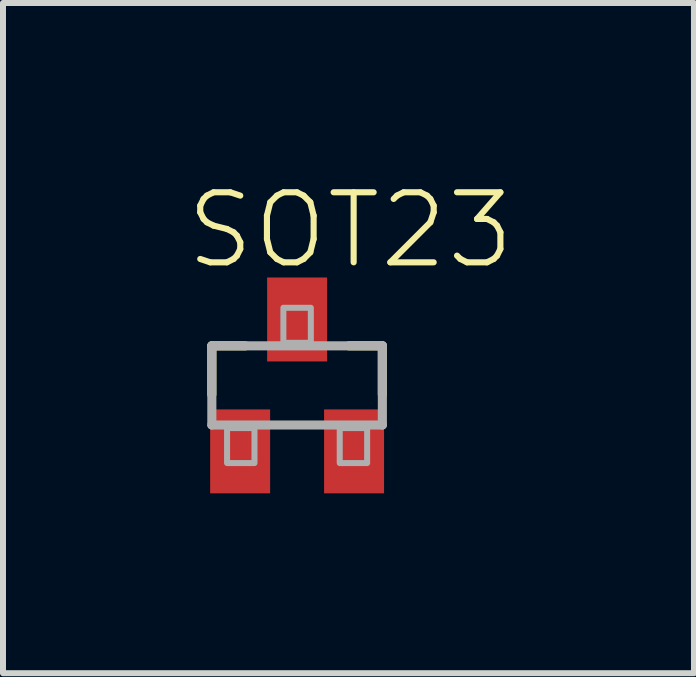
<source format=kicad_pcb>
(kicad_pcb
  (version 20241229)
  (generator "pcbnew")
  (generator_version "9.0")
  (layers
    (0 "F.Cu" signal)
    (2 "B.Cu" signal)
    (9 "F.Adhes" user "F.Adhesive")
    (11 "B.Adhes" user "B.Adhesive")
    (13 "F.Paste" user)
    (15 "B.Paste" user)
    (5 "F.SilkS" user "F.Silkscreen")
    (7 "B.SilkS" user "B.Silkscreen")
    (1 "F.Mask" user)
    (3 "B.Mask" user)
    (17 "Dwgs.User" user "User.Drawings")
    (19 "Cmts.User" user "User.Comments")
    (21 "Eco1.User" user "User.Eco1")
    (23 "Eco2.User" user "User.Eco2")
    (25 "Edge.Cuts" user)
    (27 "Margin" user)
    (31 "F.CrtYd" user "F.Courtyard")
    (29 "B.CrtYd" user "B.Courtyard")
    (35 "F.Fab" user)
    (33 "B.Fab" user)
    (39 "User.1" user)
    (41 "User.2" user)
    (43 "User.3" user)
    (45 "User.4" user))
  (footprint "SOT23"
    (layer "F.Cu")
    (at 1.905 3.378)
    (property "Reference" "SOT23" (at -1.905 -1.905 0) (layer "F.SilkS") (effects (font (size 1.168 1.168) (thickness 0.102)) (justify left bottom)))
    (fp_line (start -1.422 -0.66) (end -0.864 -0.66) (stroke (width 0.152) (type solid)) (layer "F.SilkS"))
    (fp_line (start -1.422 0.152) (end -1.422 -0.66) (stroke (width 0.152) (type solid)) (layer "F.SilkS"))
    (fp_line (start 0.864 -0.66) (end 1.422 -0.66) (stroke (width 0.152) (type solid)) (layer "F.SilkS"))
    (fp_line (start 1.422 -0.66) (end 1.422 0.152) (stroke (width 0.152) (type solid)) (layer "F.SilkS"))
    (fp_line (start -1.422 -0.66) (end 1.422 -0.66) (stroke (width 0.152) (type solid)) (layer "F.Fab"))
    (fp_line (start -1.422 0.66) (end -1.422 -0.66) (stroke (width 0.152) (type solid)) (layer "F.Fab"))
    (fp_line (start 1.422 -0.66) (end 1.422 0.66) (stroke (width 0.152) (type solid)) (layer "F.Fab"))
    (fp_line (start 1.422 0.66) (end -1.422 0.66) (stroke (width 0.152) (type solid)) (layer "F.Fab"))
    (fp_poly (pts (xy -1.168 1.295) (xy -0.711 1.295) (xy -0.711 0.711) (xy -1.168 0.711)) (stroke (width 0.1) (type solid)) (fill no) (layer "F.Fab"))
    (fp_poly (pts (xy -0.229 -0.711) (xy 0.229 -0.711) (xy 0.229 -1.295) (xy -0.229 -1.295)) (stroke (width 0.1) (type solid)) (fill no) (layer "F.Fab"))
    (fp_poly (pts (xy 0.711 1.295) (xy 1.168 1.295) (xy 1.168 0.711) (xy 0.711 0.711)) (stroke (width 0.1) (type solid)) (fill no) (layer "F.Fab"))
    (pad "1" smd rect (at -0.95 1.1) (size 1 1.4) (layers "F.Cu" "F.Mask" "F.Paste"))
    (pad "2" smd rect (at 0.95 1.1) (size 1 1.4) (layers "F.Cu" "F.Mask" "F.Paste"))
    (pad "3" smd rect (at 0 -1.1) (size 1 1.4) (layers "F.Cu" "F.Mask" "F.Paste")))
  (gr_rect
    (start -3 -3)
    (end 8.524 8.178)
    (stroke (width 0.1) (type default))
    (fill no)
    (layer "Edge.Cuts")))
</source>
